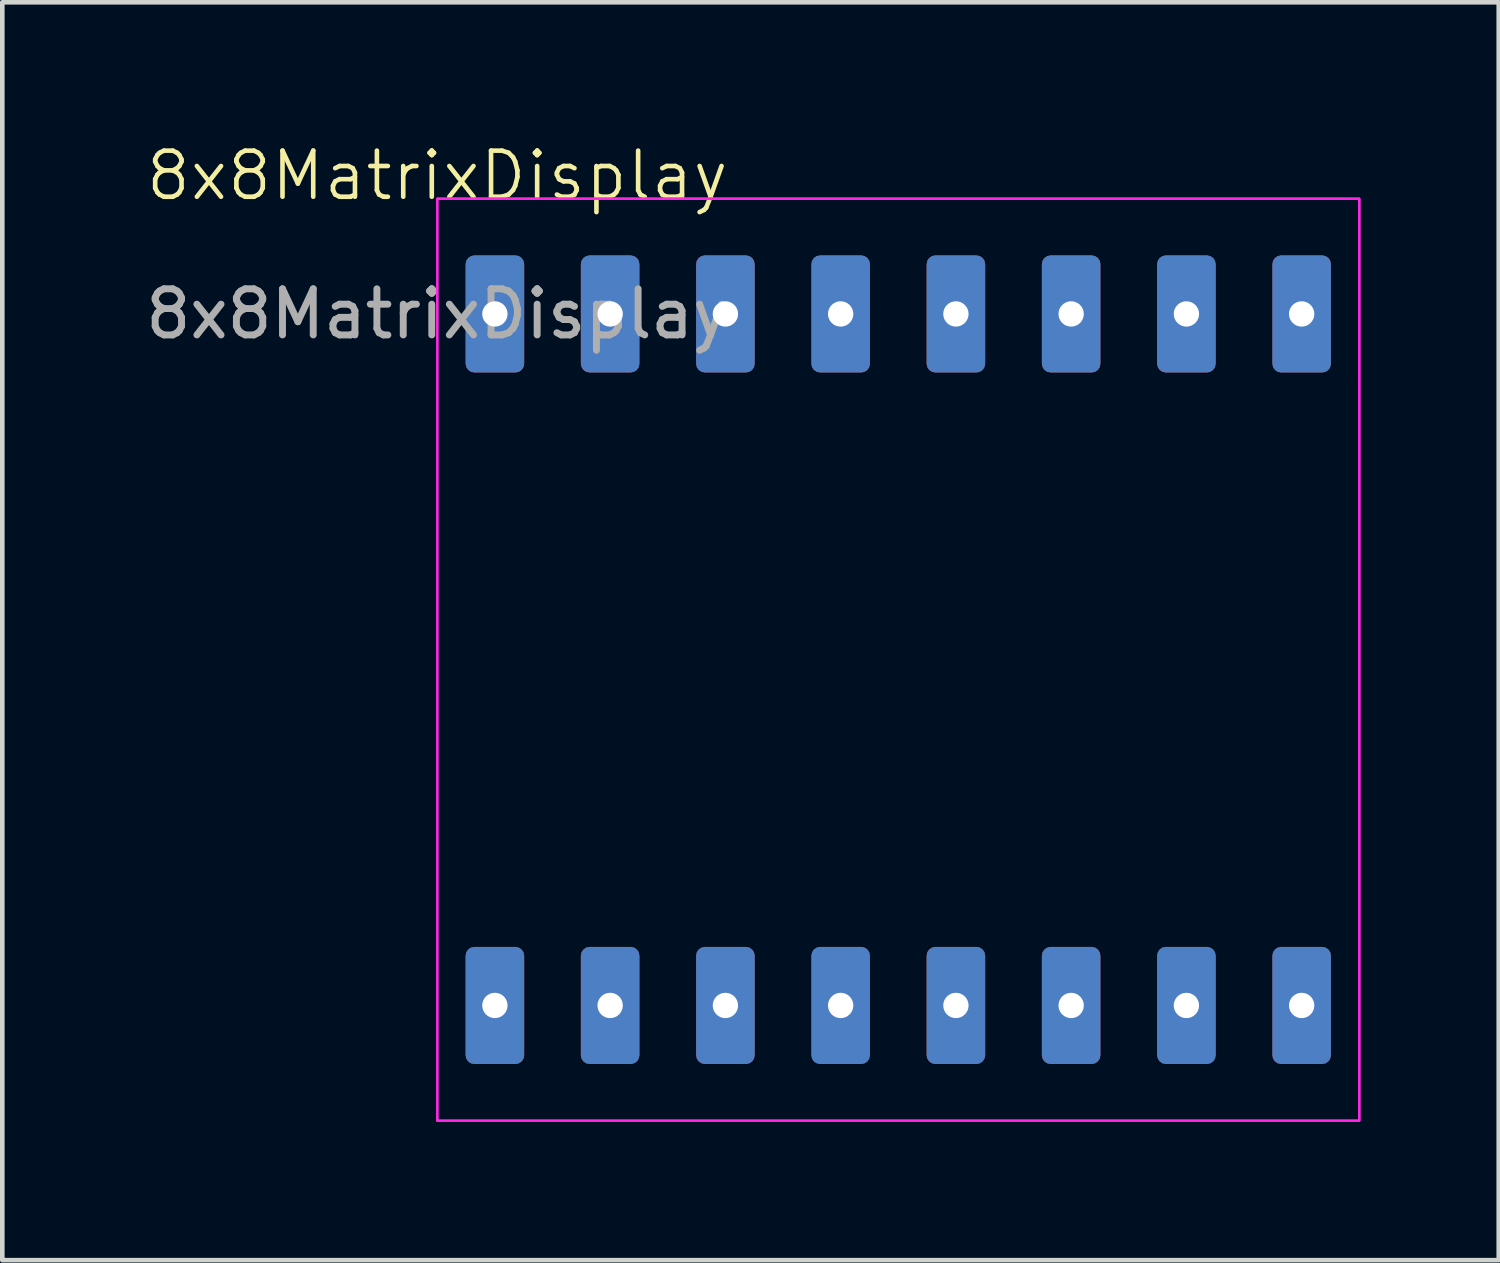
<source format=kicad_pcb>
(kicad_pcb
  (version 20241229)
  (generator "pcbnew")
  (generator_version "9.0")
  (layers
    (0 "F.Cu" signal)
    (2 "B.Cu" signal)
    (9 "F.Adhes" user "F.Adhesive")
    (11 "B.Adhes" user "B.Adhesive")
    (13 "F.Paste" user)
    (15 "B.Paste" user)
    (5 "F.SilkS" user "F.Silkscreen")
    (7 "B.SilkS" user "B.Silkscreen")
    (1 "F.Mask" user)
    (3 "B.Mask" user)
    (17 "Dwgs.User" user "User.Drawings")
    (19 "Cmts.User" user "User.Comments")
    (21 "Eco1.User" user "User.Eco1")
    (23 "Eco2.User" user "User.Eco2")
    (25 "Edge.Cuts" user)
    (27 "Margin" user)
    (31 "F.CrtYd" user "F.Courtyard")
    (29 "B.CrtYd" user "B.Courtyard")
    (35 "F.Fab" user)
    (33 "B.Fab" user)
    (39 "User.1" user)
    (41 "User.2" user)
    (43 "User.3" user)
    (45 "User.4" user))
  (footprint "8x8MatrixDisplay"
    (layer "F.Cu")
    (at 6.435 1.26)
    (property "Reference" "8x8MatrixDisplay" (at 0 -0.5 0) (unlocked yes) (layer "F.SilkS") (effects (font (size 1 1) (thickness 0.1))))
    (attr through_hole)
    (fp_rect (start 0 0) (end 20 20) (stroke (width 0.05) (type default)) (fill no) (layer "F.CrtYd"))
    (fp_rect (start 0 0) (end 20 20) (stroke (width 0.05) (type default)) (fill no) (layer "F.CrtYd"))
    (fp_text user "${REFERENCE}" (at 0 2.5 0) (unlocked yes) (layer "F.Fab") (effects (font (size 1 1) (thickness 0.15))))
    (pad "1" thru_hole roundrect (at 1.25 17.5 90) (size 2.54 1.27) (drill 0.55) (layers "*.Cu" "*.Mask") (roundrect_rratio 0.15))
    (pad "2" thru_hole roundrect (at 3.75 17.5 90) (size 2.54 1.27) (drill 0.55) (layers "*.Cu" "*.Mask") (roundrect_rratio 0.15))
    (pad "3" thru_hole roundrect (at 6.25 17.5 90) (size 2.54 1.27) (drill 0.55) (layers "*.Cu" "*.Mask") (roundrect_rratio 0.15))
    (pad "4" thru_hole roundrect (at 8.75 17.5 90) (size 2.54 1.27) (drill 0.55) (layers "*.Cu" "*.Mask") (roundrect_rratio 0.15))
    (pad "5" thru_hole roundrect (at 11.25 17.5 90) (size 2.54 1.27) (drill 0.55) (layers "*.Cu" "*.Mask") (roundrect_rratio 0.15))
    (pad "6" thru_hole roundrect (at 13.75 17.5 90) (size 2.54 1.27) (drill 0.55) (layers "*.Cu" "*.Mask") (roundrect_rratio 0.15))
    (pad "7" thru_hole roundrect (at 16.25 17.5 90) (size 2.54 1.27) (drill 0.55) (layers "*.Cu" "*.Mask") (roundrect_rratio 0.15))
    (pad "8" thru_hole roundrect (at 18.75 17.5 90) (size 2.54 1.27) (drill 0.55) (layers "*.Cu" "*.Mask") (roundrect_rratio 0.15))
    (pad "9" thru_hole roundrect (at 18.75 2.5 90) (size 2.54 1.27) (drill 0.55) (layers "*.Cu" "*.Mask") (roundrect_rratio 0.15))
    (pad "10" thru_hole roundrect (at 16.25 2.5 90) (size 2.54 1.27) (drill 0.55) (layers "*.Cu" "*.Mask") (roundrect_rratio 0.15))
    (pad "11" thru_hole roundrect (at 13.75 2.5 90) (size 2.54 1.27) (drill 0.55) (layers "*.Cu" "*.Mask") (roundrect_rratio 0.15))
    (pad "12" thru_hole roundrect (at 11.25 2.5 90) (size 2.54 1.27) (drill 0.55) (layers "*.Cu" "*.Mask") (roundrect_rratio 0.15))
    (pad "13" thru_hole roundrect (at 8.75 2.5 90) (size 2.54 1.27) (drill 0.55) (layers "*.Cu" "*.Mask") (roundrect_rratio 0.15))
    (pad "14" thru_hole roundrect (at 6.25 2.5 90) (size 2.54 1.27) (drill 0.55) (layers "*.Cu" "*.Mask") (roundrect_rratio 0.15))
    (pad "15" thru_hole roundrect (at 3.75 2.5 90) (size 2.54 1.27) (drill 0.55) (layers "*.Cu" "*.Mask") (roundrect_rratio 0.15))
    (pad "16" thru_hole roundrect (at 1.25 2.5 90) (size 2.54 1.27) (drill 0.55) (layers "*.Cu" "*.Mask") (roundrect_rratio 0.15)))
  (gr_rect
    (start -3 -3)
    (end 29.46 24.285)
    (stroke (width 0.1) (type default))
    (fill no)
    (layer "Edge.Cuts")))
</source>
